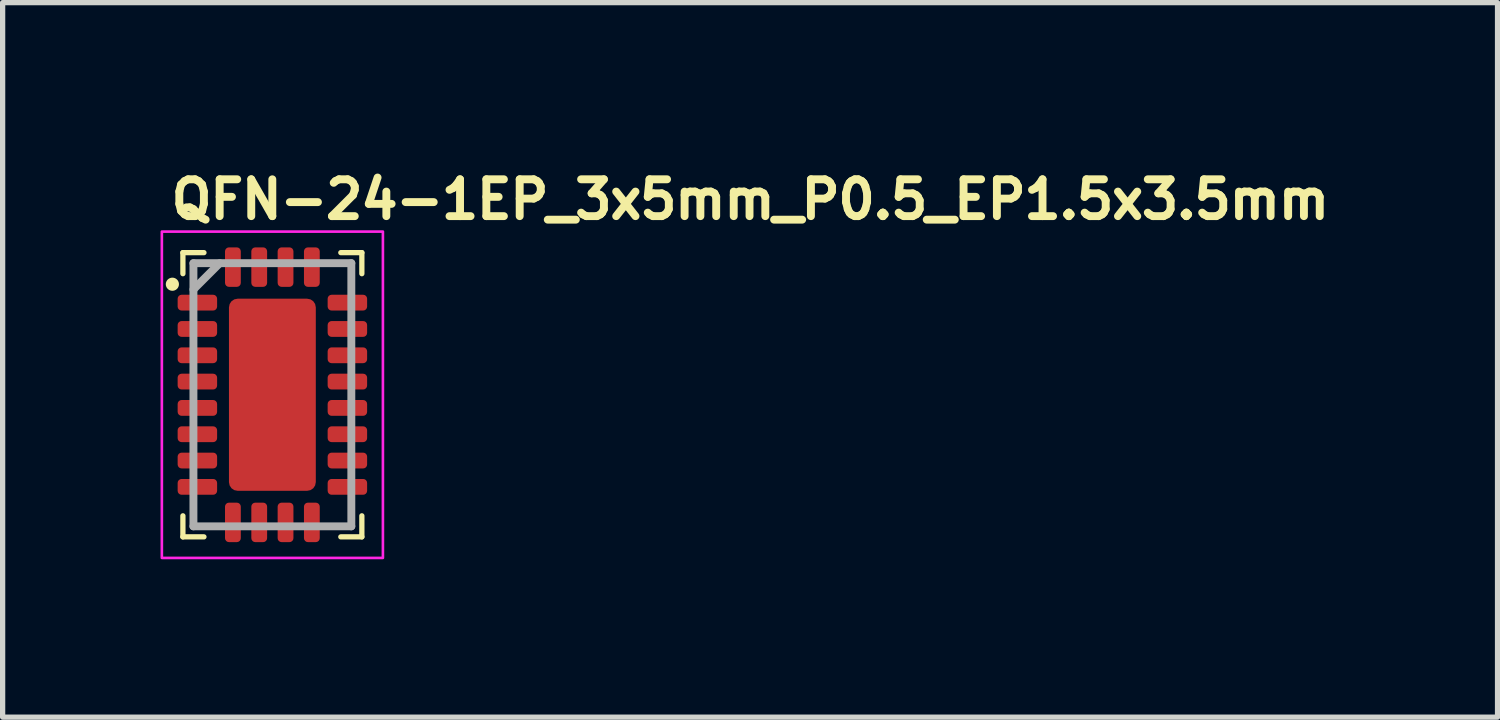
<source format=kicad_pcb>
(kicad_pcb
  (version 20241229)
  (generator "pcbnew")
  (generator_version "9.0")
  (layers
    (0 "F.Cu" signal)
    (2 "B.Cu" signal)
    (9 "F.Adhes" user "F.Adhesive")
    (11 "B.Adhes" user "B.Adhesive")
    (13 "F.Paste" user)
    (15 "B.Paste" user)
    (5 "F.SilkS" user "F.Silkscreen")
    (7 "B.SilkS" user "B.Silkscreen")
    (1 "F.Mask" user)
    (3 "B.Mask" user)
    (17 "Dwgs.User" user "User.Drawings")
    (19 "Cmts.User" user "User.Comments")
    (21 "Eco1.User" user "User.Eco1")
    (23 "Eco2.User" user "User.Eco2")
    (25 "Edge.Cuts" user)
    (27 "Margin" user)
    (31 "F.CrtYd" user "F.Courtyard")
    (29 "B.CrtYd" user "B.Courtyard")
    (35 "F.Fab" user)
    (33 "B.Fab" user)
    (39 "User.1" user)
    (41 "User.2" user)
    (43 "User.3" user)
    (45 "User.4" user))
  (footprint "QFN-24-1EP_3x5mm_P0.5_EP1.5x3.5mm"
    (layer "F.Cu")
    (at 2.125 4.45)
    (property "Reference" "QFN-24-1EP_3x5mm_P0.5_EP1.5x3.5mm" (at -2 -3.3 0) (layer "F.SilkS") (effects (font (size 0.7 0.7) (thickness 0.15)) (justify left bottom)))
    (attr smd)
    (fp_line (start -1.7 -2.7) (end -1.3 -2.7) (stroke (width 0.1) (type default)) (layer "F.SilkS"))
    (fp_line (start -1.7 -2.3) (end -1.7 -2.7) (stroke (width 0.1) (type default)) (layer "F.SilkS"))
    (fp_line (start -1.7 2.7) (end -1.7 2.3) (stroke (width 0.1) (type default)) (layer "F.SilkS"))
    (fp_line (start -1.3 2.7) (end -1.7 2.7) (stroke (width 0.1) (type default)) (layer "F.SilkS"))
    (fp_line (start 1.3 -2.7) (end 1.7 -2.7) (stroke (width 0.1) (type default)) (layer "F.SilkS"))
    (fp_line (start 1.7 -2.7) (end 1.7 -2.3) (stroke (width 0.1) (type default)) (layer "F.SilkS"))
    (fp_line (start 1.7 2.3) (end 1.7 2.7) (stroke (width 0.1) (type default)) (layer "F.SilkS"))
    (fp_line (start 1.7 2.7) (end 1.3 2.7) (stroke (width 0.1) (type default)) (layer "F.SilkS"))
    (fp_circle (center -1.9 -2.1) (end -1.85 -2.1) (stroke (width 0.15) (type solid)) (fill yes) (layer "F.SilkS"))
    (fp_rect (start -2.1 -3.1) (end 2.1 3.1) (stroke (width 0.05) (type solid)) (fill no) (layer "F.CrtYd"))
    (fp_line (start -1.5 -2.5) (end 1.5 -2.5) (stroke (width 0.15) (type solid)) (layer "F.Fab"))
    (fp_line (start -1.5 -2) (end -1 -2.5) (stroke (width 0.15) (type solid)) (layer "F.Fab"))
    (fp_line (start -1.5 2.5) (end -1.5 -2.5) (stroke (width 0.15) (type solid)) (layer "F.Fab"))
    (fp_line (start 1.5 -2.5) (end 1.5 2.5) (stroke (width 0.15) (type solid)) (layer "F.Fab"))
    (fp_line (start 1.5 2.5) (end -1.5 2.5) (stroke (width 0.15) (type solid)) (layer "F.Fab"))
    (fp_rect (start -1.55 -2.55) (end 1.55 2.55) (stroke (width 0.1) (type solid)) (fill no) (layer "User.5"))
    (fp_line (start -1.55 -1.875) (end -1.5 -1.875) (stroke (width 0.02) (type solid)) (layer "User.9"))
    (fp_line (start -1.55 -1.625) (end -1.55 -1.875) (stroke (width 0.02) (type solid)) (layer "User.9"))
    (fp_line (start -1.55 -1.625) (end -1.5 -1.625) (stroke (width 0.02) (type solid)) (layer "User.9"))
    (fp_line (start -1.55 -1.375) (end -1.5 -1.375) (stroke (width 0.02) (type solid)) (layer "User.9"))
    (fp_line (start -1.55 -1.125) (end -1.55 -1.375) (stroke (width 0.02) (type solid)) (layer "User.9"))
    (fp_line (start -1.55 -1.125) (end -1.5 -1.125) (stroke (width 0.02) (type solid)) (layer "User.9"))
    (fp_line (start -1.55 -0.875) (end -1.5 -0.875) (stroke (width 0.02) (type solid)) (layer "User.9"))
    (fp_line (start -1.55 -0.625) (end -1.55 -0.875) (stroke (width 0.02) (type solid)) (layer "User.9"))
    (fp_line (start -1.55 -0.625) (end -1.5 -0.625) (stroke (width 0.02) (type solid)) (layer "User.9"))
    (fp_line (start -1.55 -0.375) (end -1.5 -0.375) (stroke (width 0.02) (type solid)) (layer "User.9"))
    (fp_line (start -1.55 -0.125) (end -1.55 -0.375) (stroke (width 0.02) (type solid)) (layer "User.9"))
    (fp_line (start -1.55 -0.125) (end -1.5 -0.125) (stroke (width 0.02) (type solid)) (layer "User.9"))
    (fp_line (start -1.55 0.125) (end -1.5 0.125) (stroke (width 0.02) (type solid)) (layer "User.9"))
    (fp_line (start -1.55 0.375) (end -1.55 0.125) (stroke (width 0.02) (type solid)) (layer "User.9"))
    (fp_line (start -1.55 0.375) (end -1.5 0.375) (stroke (width 0.02) (type solid)) (layer "User.9"))
    (fp_line (start -1.55 0.625) (end -1.5 0.625) (stroke (width 0.02) (type solid)) (layer "User.9"))
    (fp_line (start -1.55 0.875) (end -1.55 0.625) (stroke (width 0.02) (type solid)) (layer "User.9"))
    (fp_line (start -1.55 0.875) (end -1.5 0.875) (stroke (width 0.02) (type solid)) (layer "User.9"))
    (fp_line (start -1.55 1.125) (end -1.5 1.125) (stroke (width 0.02) (type solid)) (layer "User.9"))
    (fp_line (start -1.55 1.375) (end -1.55 1.125) (stroke (width 0.02) (type solid)) (layer "User.9"))
    (fp_line (start -1.55 1.375) (end -1.5 1.375) (stroke (width 0.02) (type solid)) (layer "User.9"))
    (fp_line (start -1.55 1.625) (end -1.5 1.625) (stroke (width 0.02) (type solid)) (layer "User.9"))
    (fp_line (start -1.55 1.875) (end -1.55 1.625) (stroke (width 0.02) (type solid)) (layer "User.9"))
    (fp_line (start -1.55 1.875) (end -1.5 1.875) (stroke (width 0.02) (type solid)) (layer "User.9"))
    (fp_line (start -1.5 -2.5) (end 1.5 -2.5) (stroke (width 0.02) (type solid)) (layer "User.9"))
    (fp_line (start -1.5 2.5) (end -1.5 -2.5) (stroke (width 0.02) (type solid)) (layer "User.9"))
    (fp_line (start -1.5 2.5) (end 1.5 2.5) (stroke (width 0.02) (type solid)) (layer "User.9"))
    (fp_line (start -1.312 -2.144) (end -1.312 -2.106) (stroke (width 0.02) (type solid)) (layer "User.9"))
    (fp_line (start -1.312 -2.106) (end -1.304 -2.069) (stroke (width 0.02) (type solid)) (layer "User.9"))
    (fp_line (start -1.304 -2.181) (end -1.312 -2.144) (stroke (width 0.02) (type solid)) (layer "User.9"))
    (fp_line (start -1.304 -2.069) (end -1.289 -2.034) (stroke (width 0.02) (type solid)) (layer "User.9"))
    (fp_line (start -1.289 -2.216) (end -1.304 -2.181) (stroke (width 0.02) (type solid)) (layer "User.9"))
    (fp_line (start -1.289 -2.034) (end -1.267 -2.003) (stroke (width 0.02) (type solid)) (layer "User.9"))
    (fp_line (start -1.267 -2.247) (end -1.289 -2.216) (stroke (width 0.02) (type solid)) (layer "User.9"))
    (fp_line (start -1.267 -2.003) (end -1.24 -1.977) (stroke (width 0.02) (type solid)) (layer "User.9"))
    (fp_line (start -1.24 -2.273) (end -1.267 -2.247) (stroke (width 0.02) (type solid)) (layer "User.9"))
    (fp_line (start -1.24 -1.977) (end -1.208 -1.957) (stroke (width 0.02) (type solid)) (layer "User.9"))
    (fp_line (start -1.208 -2.293) (end -1.24 -2.273) (stroke (width 0.02) (type solid)) (layer "User.9"))
    (fp_line (start -1.208 -1.957) (end -1.172 -1.943) (stroke (width 0.02) (type solid)) (layer "User.9"))
    (fp_line (start -1.172 -2.307) (end -1.208 -2.293) (stroke (width 0.02) (type solid)) (layer "User.9"))
    (fp_line (start -1.172 -1.943) (end -1.134 -1.938) (stroke (width 0.02) (type solid)) (layer "User.9"))
    (fp_line (start -1.134 -2.312) (end -1.172 -2.307) (stroke (width 0.02) (type solid)) (layer "User.9"))
    (fp_line (start -1.134 -1.938) (end -1.097 -1.94) (stroke (width 0.02) (type solid)) (layer "User.9"))
    (fp_line (start -1.097 -2.31) (end -1.134 -2.312) (stroke (width 0.02) (type solid)) (layer "User.9"))
    (fp_line (start -1.097 -1.94) (end -1.06 -1.949) (stroke (width 0.02) (type solid)) (layer "User.9"))
    (fp_line (start -1.06 -2.301) (end -1.097 -2.31) (stroke (width 0.02) (type solid)) (layer "User.9"))
    (fp_line (start -1.06 -1.949) (end -1.026 -1.966) (stroke (width 0.02) (type solid)) (layer "User.9"))
    (fp_line (start -1.026 -2.284) (end -1.06 -2.301) (stroke (width 0.02) (type solid)) (layer "User.9"))
    (fp_line (start -1.026 -1.966) (end -0.996 -1.989) (stroke (width 0.02) (type solid)) (layer "User.9"))
    (fp_line (start -0.996 -2.261) (end -1.026 -2.284) (stroke (width 0.02) (type solid)) (layer "User.9"))
    (fp_line (start -0.996 -1.989) (end -0.971 -2.018) (stroke (width 0.02) (type solid)) (layer "User.9"))
    (fp_line (start -0.971 -2.232) (end -0.996 -2.261) (stroke (width 0.02) (type solid)) (layer "User.9"))
    (fp_line (start -0.971 -2.018) (end -0.953 -2.051) (stroke (width 0.02) (type solid)) (layer "User.9"))
    (fp_line (start -0.953 -2.199) (end -0.971 -2.232) (stroke (width 0.02) (type solid)) (layer "User.9"))
    (fp_line (start -0.953 -2.051) (end -0.941 -2.087) (stroke (width 0.02) (type solid)) (layer "User.9"))
    (fp_line (start -0.941 -2.163) (end -0.953 -2.199) (stroke (width 0.02) (type solid)) (layer "User.9"))
    (fp_line (start -0.941 -2.087) (end -0.938 -2.125) (stroke (width 0.02) (type solid)) (layer "User.9"))
    (fp_line (start -0.938 -2.125) (end -0.941 -2.163) (stroke (width 0.02) (type solid)) (layer "User.9"))
    (fp_line (start -0.875 -2.55) (end -0.875 -2.5) (stroke (width 0.02) (type solid)) (layer "User.9"))
    (fp_line (start -0.875 -2.55) (end -0.625 -2.55) (stroke (width 0.02) (type solid)) (layer "User.9"))
    (fp_line (start -0.875 2.55) (end -0.875 2.5) (stroke (width 0.02) (type solid)) (layer "User.9"))
    (fp_line (start -0.875 2.55) (end -0.625 2.55) (stroke (width 0.02) (type solid)) (layer "User.9"))
    (fp_line (start -0.625 -2.55) (end -0.625 -2.5) (stroke (width 0.02) (type solid)) (layer "User.9"))
    (fp_line (start -0.625 2.55) (end -0.625 2.5) (stroke (width 0.02) (type solid)) (layer "User.9"))
    (fp_line (start -0.375 -2.55) (end -0.375 -2.5) (stroke (width 0.02) (type solid)) (layer "User.9"))
    (fp_line (start -0.375 -2.55) (end -0.125 -2.55) (stroke (width 0.02) (type solid)) (layer "User.9"))
    (fp_line (start -0.375 2.55) (end -0.375 2.5) (stroke (width 0.02) (type solid)) (layer "User.9"))
    (fp_line (start -0.375 2.55) (end -0.125 2.55) (stroke (width 0.02) (type solid)) (layer "User.9"))
    (fp_line (start -0.125 -2.55) (end -0.125 -2.5) (stroke (width 0.02) (type solid)) (layer "User.9"))
    (fp_line (start -0.125 2.55) (end -0.125 2.5) (stroke (width 0.02) (type solid)) (layer "User.9"))
    (fp_line (start 0.125 -2.55) (end 0.125 -2.5) (stroke (width 0.02) (type solid)) (layer "User.9"))
    (fp_line (start 0.125 -2.55) (end 0.375 -2.55) (stroke (width 0.02) (type solid)) (layer "User.9"))
    (fp_line (start 0.125 2.55) (end 0.125 2.5) (stroke (width 0.02) (type solid)) (layer "User.9"))
    (fp_line (start 0.125 2.55) (end 0.375 2.55) (stroke (width 0.02) (type solid)) (layer "User.9"))
    (fp_line (start 0.375 -2.55) (end 0.375 -2.5) (stroke (width 0.02) (type solid)) (layer "User.9"))
    (fp_line (start 0.375 2.55) (end 0.375 2.5) (stroke (width 0.02) (type solid)) (layer "User.9"))
    (fp_line (start 0.625 -2.55) (end 0.625 -2.5) (stroke (width 0.02) (type solid)) (layer "User.9"))
    (fp_line (start 0.625 -2.55) (end 0.875 -2.55) (stroke (width 0.02) (type solid)) (layer "User.9"))
    (fp_line (start 0.625 2.55) (end 0.625 2.5) (stroke (width 0.02) (type solid)) (layer "User.9"))
    (fp_line (start 0.625 2.55) (end 0.875 2.55) (stroke (width 0.02) (type solid)) (layer "User.9"))
    (fp_line (start 0.875 -2.55) (end 0.875 -2.5) (stroke (width 0.02) (type solid)) (layer "User.9"))
    (fp_line (start 0.875 2.55) (end 0.875 2.5) (stroke (width 0.02) (type solid)) (layer "User.9"))
    (fp_line (start 1.5 2.5) (end 1.5 -2.5) (stroke (width 0.02) (type solid)) (layer "User.9"))
    (fp_line (start 1.55 -1.875) (end 1.5 -1.875) (stroke (width 0.02) (type solid)) (layer "User.9"))
    (fp_line (start 1.55 -1.625) (end 1.5 -1.625) (stroke (width 0.02) (type solid)) (layer "User.9"))
    (fp_line (start 1.55 -1.625) (end 1.55 -1.875) (stroke (width 0.02) (type solid)) (layer "User.9"))
    (fp_line (start 1.55 -1.375) (end 1.5 -1.375) (stroke (width 0.02) (type solid)) (layer "User.9"))
    (fp_line (start 1.55 -1.125) (end 1.5 -1.125) (stroke (width 0.02) (type solid)) (layer "User.9"))
    (fp_line (start 1.55 -1.125) (end 1.55 -1.375) (stroke (width 0.02) (type solid)) (layer "User.9"))
    (fp_line (start 1.55 -0.875) (end 1.5 -0.875) (stroke (width 0.02) (type solid)) (layer "User.9"))
    (fp_line (start 1.55 -0.625) (end 1.5 -0.625) (stroke (width 0.02) (type solid)) (layer "User.9"))
    (fp_line (start 1.55 -0.625) (end 1.55 -0.875) (stroke (width 0.02) (type solid)) (layer "User.9"))
    (fp_line (start 1.55 -0.375) (end 1.5 -0.375) (stroke (width 0.02) (type solid)) (layer "User.9"))
    (fp_line (start 1.55 -0.125) (end 1.5 -0.125) (stroke (width 0.02) (type solid)) (layer "User.9"))
    (fp_line (start 1.55 -0.125) (end 1.55 -0.375) (stroke (width 0.02) (type solid)) (layer "User.9"))
    (fp_line (start 1.55 0.125) (end 1.5 0.125) (stroke (width 0.02) (type solid)) (layer "User.9"))
    (fp_line (start 1.55 0.375) (end 1.5 0.375) (stroke (width 0.02) (type solid)) (layer "User.9"))
    (fp_line (start 1.55 0.375) (end 1.55 0.125) (stroke (width 0.02) (type solid)) (layer "User.9"))
    (fp_line (start 1.55 0.625) (end 1.5 0.625) (stroke (width 0.02) (type solid)) (layer "User.9"))
    (fp_line (start 1.55 0.875) (end 1.5 0.875) (stroke (width 0.02) (type solid)) (layer "User.9"))
    (fp_line (start 1.55 0.875) (end 1.55 0.625) (stroke (width 0.02) (type solid)) (layer "User.9"))
    (fp_line (start 1.55 1.125) (end 1.5 1.125) (stroke (width 0.02) (type solid)) (layer "User.9"))
    (fp_line (start 1.55 1.375) (end 1.5 1.375) (stroke (width 0.02) (type solid)) (layer "User.9"))
    (fp_line (start 1.55 1.375) (end 1.55 1.125) (stroke (width 0.02) (type solid)) (layer "User.9"))
    (fp_line (start 1.55 1.625) (end 1.5 1.625) (stroke (width 0.02) (type solid)) (layer "User.9"))
    (fp_line (start 1.55 1.875) (end 1.5 1.875) (stroke (width 0.02) (type solid)) (layer "User.9"))
    (fp_line (start 1.55 1.875) (end 1.55 1.625) (stroke (width 0.02) (type solid)) (layer "User.9"))
    (pad "1" smd roundrect (at -1.425 -1.75 90) (size 0.3 0.75) (layers "F.Cu" "F.Mask" "F.Paste") (roundrect_rratio 0.25))
    (pad "2" smd roundrect (at -1.425 -1.25 90) (size 0.3 0.75) (layers "F.Cu" "F.Mask" "F.Paste") (roundrect_rratio 0.25))
    (pad "3" smd roundrect (at -1.425 -0.75 90) (size 0.3 0.75) (layers "F.Cu" "F.Mask" "F.Paste") (roundrect_rratio 0.25))
    (pad "4" smd roundrect (at -1.425 -0.25 90) (size 0.3 0.75) (layers "F.Cu" "F.Mask" "F.Paste") (roundrect_rratio 0.25))
    (pad "5" smd roundrect (at -1.425 0.25 90) (size 0.3 0.75) (layers "F.Cu" "F.Mask" "F.Paste") (roundrect_rratio 0.25))
    (pad "6" smd roundrect (at -1.425 0.75 90) (size 0.3 0.75) (layers "F.Cu" "F.Mask" "F.Paste") (roundrect_rratio 0.25))
    (pad "7" smd roundrect (at -1.425 1.25 90) (size 0.3 0.75) (layers "F.Cu" "F.Mask" "F.Paste") (roundrect_rratio 0.25))
    (pad "8" smd roundrect (at -1.425 1.75 90) (size 0.3 0.75) (layers "F.Cu" "F.Mask" "F.Paste") (roundrect_rratio 0.25))
    (pad "9" smd roundrect (at -0.75 2.425) (size 0.3 0.75) (layers "F.Cu" "F.Mask" "F.Paste") (roundrect_rratio 0.25))
    (pad "10" smd roundrect (at -0.25 2.425) (size 0.3 0.75) (layers "F.Cu" "F.Mask" "F.Paste") (roundrect_rratio 0.25))
    (pad "11" smd roundrect (at 0.25 2.425) (size 0.3 0.75) (layers "F.Cu" "F.Mask" "F.Paste") (roundrect_rratio 0.25))
    (pad "12" smd roundrect (at 0.75 2.425) (size 0.3 0.75) (layers "F.Cu" "F.Mask" "F.Paste") (roundrect_rratio 0.25))
    (pad "13" smd roundrect (at 1.425 1.75 90) (size 0.3 0.75) (layers "F.Cu" "F.Mask" "F.Paste") (roundrect_rratio 0.25))
    (pad "14" smd roundrect (at 1.425 1.25 90) (size 0.3 0.75) (layers "F.Cu" "F.Mask" "F.Paste") (roundrect_rratio 0.25))
    (pad "15" smd roundrect (at 1.425 0.75 90) (size 0.3 0.75) (layers "F.Cu" "F.Mask" "F.Paste") (roundrect_rratio 0.25))
    (pad "16" smd roundrect (at 1.425 0.25 90) (size 0.3 0.75) (layers "F.Cu" "F.Mask" "F.Paste") (roundrect_rratio 0.25))
    (pad "17" smd roundrect (at 1.425 -0.25 90) (size 0.3 0.75) (layers "F.Cu" "F.Mask" "F.Paste") (roundrect_rratio 0.25))
    (pad "18" smd roundrect (at 1.425 -0.75 90) (size 0.3 0.75) (layers "F.Cu" "F.Mask" "F.Paste") (roundrect_rratio 0.25))
    (pad "19" smd roundrect (at 1.425 -1.25 90) (size 0.3 0.75) (layers "F.Cu" "F.Mask" "F.Paste") (roundrect_rratio 0.25))
    (pad "20" smd roundrect (at 1.425 -1.75 90) (size 0.3 0.75) (layers "F.Cu" "F.Mask" "F.Paste") (roundrect_rratio 0.25))
    (pad "21" smd roundrect (at 0.75 -2.425) (size 0.3 0.75) (layers "F.Cu" "F.Mask" "F.Paste") (roundrect_rratio 0.25))
    (pad "22" smd roundrect (at 0.25 -2.425) (size 0.3 0.75) (layers "F.Cu" "F.Mask" "F.Paste") (roundrect_rratio 0.25))
    (pad "23" smd roundrect (at -0.25 -2.425) (size 0.3 0.75) (layers "F.Cu" "F.Mask" "F.Paste") (roundrect_rratio 0.25))
    (pad "24" smd roundrect (at -0.75 -2.425) (size 0.3 0.75) (layers "F.Cu" "F.Mask" "F.Paste") (roundrect_rratio 0.25))
    (pad "25" smd roundrect (at 0 0) (size 1.65 3.65) (layers "F.Cu" "F.Mask" "F.Paste") (roundrect_rratio 0.1)))
  (gr_rect
    (start -3 -3)
    (end 25.402 10.575)
    (stroke (width 0.1) (type default))
    (fill no)
    (layer "Edge.Cuts")))
</source>
